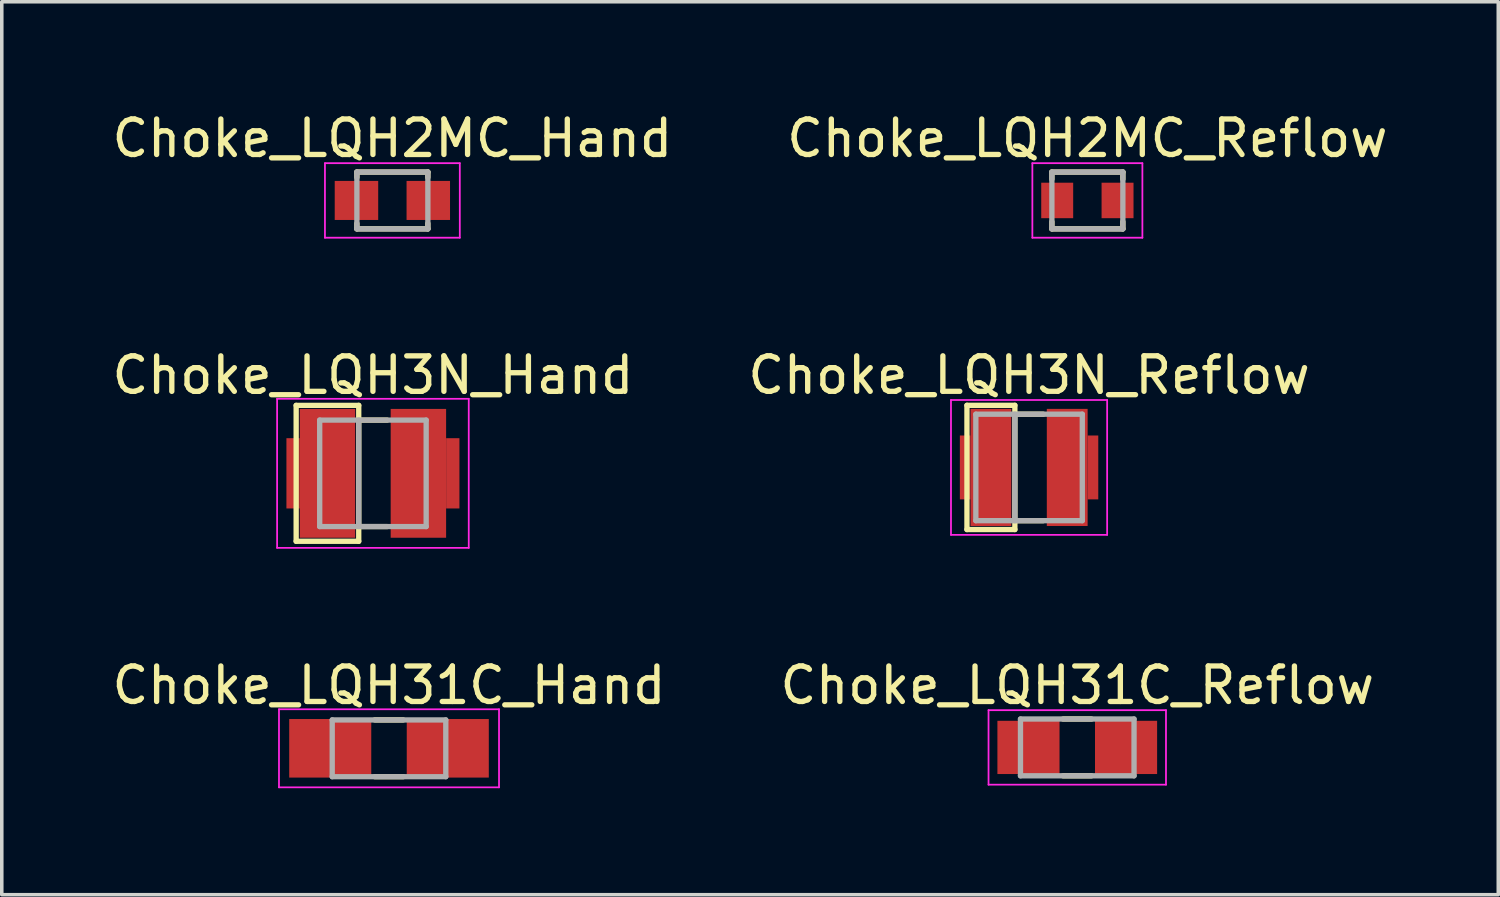
<source format=kicad_pcb>
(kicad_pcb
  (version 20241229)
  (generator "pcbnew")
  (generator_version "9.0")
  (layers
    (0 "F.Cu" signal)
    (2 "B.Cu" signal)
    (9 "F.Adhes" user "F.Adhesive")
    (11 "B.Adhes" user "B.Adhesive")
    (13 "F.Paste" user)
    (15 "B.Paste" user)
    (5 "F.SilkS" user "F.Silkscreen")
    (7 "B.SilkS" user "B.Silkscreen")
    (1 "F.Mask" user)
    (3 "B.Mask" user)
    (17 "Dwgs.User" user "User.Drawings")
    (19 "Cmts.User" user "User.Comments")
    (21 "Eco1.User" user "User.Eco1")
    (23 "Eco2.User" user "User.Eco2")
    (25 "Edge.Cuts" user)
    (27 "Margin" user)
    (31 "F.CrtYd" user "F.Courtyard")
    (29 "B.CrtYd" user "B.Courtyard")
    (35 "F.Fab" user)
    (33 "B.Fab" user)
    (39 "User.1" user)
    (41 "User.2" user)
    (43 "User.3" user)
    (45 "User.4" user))
  (footprint "Choke_LQH2MC_Hand"
    (layer "F.Cu")
    (at 8.006 2.598)
    (property "Reference" "Choke_LQH2MC_Hand" (at 0 -1.75 0) (layer "F.SilkS") (effects (font (size 1 1) (thickness 0.15))))
    (attr smd)
    (fp_line (start -1 -0.8) (end -1 -0.65) (stroke (width 0.15) (type solid)) (layer "F.SilkS"))
    (fp_line (start -1 -0.8) (end 1 -0.8) (stroke (width 0.15) (type solid)) (layer "F.SilkS"))
    (fp_line (start -1 0.65) (end -1 0.8) (stroke (width 0.15) (type solid)) (layer "F.SilkS"))
    (fp_line (start -1 0.8) (end 1 0.8) (stroke (width 0.15) (type solid)) (layer "F.SilkS"))
    (fp_line (start 1 -0.8) (end 1 -0.65) (stroke (width 0.15) (type solid)) (layer "F.SilkS"))
    (fp_line (start 1 0.65) (end 1 0.8) (stroke (width 0.15) (type solid)) (layer "F.SilkS"))
    (fp_line (start -1.9 -1.05) (end -1.9 1.05) (stroke (width 0.05) (type solid)) (layer "F.CrtYd"))
    (fp_line (start -1.9 -1.05) (end 1.9 -1.05) (stroke (width 0.05) (type solid)) (layer "F.CrtYd"))
    (fp_line (start -1.9 1.05) (end 1.9 1.05) (stroke (width 0.05) (type solid)) (layer "F.CrtYd"))
    (fp_line (start 1.9 -1.05) (end 1.9 1.05) (stroke (width 0.05) (type solid)) (layer "F.CrtYd"))
    (fp_line (start -1 -0.8) (end -1 0.8) (stroke (width 0.15) (type solid)) (layer "F.Fab"))
    (fp_line (start -1 -0.8) (end 1 -0.8) (stroke (width 0.15) (type solid)) (layer "F.Fab"))
    (fp_line (start -1 0.8) (end 1 0.8) (stroke (width 0.15) (type solid)) (layer "F.Fab"))
    (fp_line (start 1 -0.8) (end 1 0.8) (stroke (width 0.15) (type solid)) (layer "F.Fab"))
    (pad "1" smd rect (at -1.012 0) (size 1.225 1.1) (layers "F.Cu" "F.Mask" "F.Paste"))
    (pad "2" smd rect (at 1.012 0) (size 1.225 1.1) (layers "F.Cu" "F.Mask" "F.Paste")))
  (footprint "Choke_LQH2MC_Reflow"
    (layer "F.Cu")
    (at 27.589 2.598)
    (property "Reference" "Choke_LQH2MC_Reflow" (at 0 -1.75 0) (layer "F.SilkS") (effects (font (size 1 1) (thickness 0.15))))
    (attr smd)
    (fp_line (start -1 -0.8) (end -1 -0.6) (stroke (width 0.15) (type solid)) (layer "F.SilkS"))
    (fp_line (start -1 -0.8) (end 1 -0.8) (stroke (width 0.15) (type solid)) (layer "F.SilkS"))
    (fp_line (start -1 0.6) (end -1 0.8) (stroke (width 0.15) (type solid)) (layer "F.SilkS"))
    (fp_line (start -1 0.8) (end 1 0.8) (stroke (width 0.15) (type solid)) (layer "F.SilkS"))
    (fp_line (start 1 -0.8) (end 1 -0.6) (stroke (width 0.15) (type solid)) (layer "F.SilkS"))
    (fp_line (start 1 0.6) (end 1 0.8) (stroke (width 0.15) (type solid)) (layer "F.SilkS"))
    (fp_line (start -1.55 -1.05) (end -1.55 1.05) (stroke (width 0.05) (type solid)) (layer "F.CrtYd"))
    (fp_line (start -1.55 -1.05) (end 1.55 -1.05) (stroke (width 0.05) (type solid)) (layer "F.CrtYd"))
    (fp_line (start -1.55 1.05) (end 1.55 1.05) (stroke (width 0.05) (type solid)) (layer "F.CrtYd"))
    (fp_line (start 1.55 -1.05) (end 1.55 1.05) (stroke (width 0.05) (type solid)) (layer "F.CrtYd"))
    (fp_line (start -1 -0.8) (end -1 0.8) (stroke (width 0.15) (type solid)) (layer "F.Fab"))
    (fp_line (start -1 -0.8) (end 1 -0.8) (stroke (width 0.15) (type solid)) (layer "F.Fab"))
    (fp_line (start -1 0.8) (end 1 0.8) (stroke (width 0.15) (type solid)) (layer "F.Fab"))
    (fp_line (start 1 -0.8) (end 1 0.8) (stroke (width 0.15) (type solid)) (layer "F.Fab"))
    (pad "1" smd rect (at -0.85 0) (size 0.9 1) (layers "F.Cu" "F.Mask" "F.Paste"))
    (pad "2" smd rect (at 0.85 0) (size 0.9 1) (layers "F.Cu" "F.Mask" "F.Paste")))
  (footprint "Choke_LQH31C_Hand"
    (layer "F.Cu")
    (at 7.911 18.035)
    (property "Reference" "Choke_LQH31C_Hand" (at 0 -1.775 0) (layer "F.SilkS") (effects (font (size 1 1) (thickness 0.15))))
    (attr smd)
    (fp_line (start -0.4 -0.8) (end 0.4 -0.8) (stroke (width 0.15) (type solid)) (layer "F.SilkS"))
    (fp_line (start -0.4 0.8) (end 0.4 0.8) (stroke (width 0.15) (type solid)) (layer "F.SilkS"))
    (fp_line (start -3.1 -1.1) (end -3.1 1.1) (stroke (width 0.05) (type solid)) (layer "F.CrtYd"))
    (fp_line (start -3.1 -1.1) (end 3.1 -1.1) (stroke (width 0.05) (type solid)) (layer "F.CrtYd"))
    (fp_line (start -3.1 1.1) (end 3.1 1.1) (stroke (width 0.05) (type solid)) (layer "F.CrtYd"))
    (fp_line (start 3.1 -1.1) (end 3.1 1.1) (stroke (width 0.05) (type solid)) (layer "F.CrtYd"))
    (fp_line (start -1.6 -0.8) (end -1.6 0.8) (stroke (width 0.15) (type solid)) (layer "F.Fab"))
    (fp_line (start -1.6 -0.8) (end 1.6 -0.8) (stroke (width 0.15) (type solid)) (layer "F.Fab"))
    (fp_line (start -1.6 0.8) (end 1.6 0.8) (stroke (width 0.15) (type solid)) (layer "F.Fab"))
    (fp_line (start 1.6 -0.8) (end 1.6 0.8) (stroke (width 0.15) (type solid)) (layer "F.Fab"))
    (pad "1" smd rect (at -1.656 0) (size 2.312 1.65) (layers "F.Cu" "F.Mask" "F.Paste"))
    (pad "2" smd rect (at 1.656 0) (size 2.312 1.65) (layers "F.Cu" "F.Mask" "F.Paste")))
  (footprint "Choke_LQH3N_Hand"
    (layer "F.Cu")
    (at 7.458 10.287)
    (property "Reference" "Choke_LQH3N_Hand" (at 0 -2.765 0) (layer "F.SilkS") (effects (font (size 1 1) (thickness 0.15))))
    (attr smd)
    (fp_line (start -2.163 -1.915) (end -0.4 -1.915) (stroke (width 0.15) (type solid)) (layer "F.SilkS"))
    (fp_line (start -2.163 1.915) (end -2.163 -1.915) (stroke (width 0.15) (type solid)) (layer "F.SilkS"))
    (fp_line (start -2.163 1.915) (end -0.4 1.915) (stroke (width 0.15) (type solid)) (layer "F.SilkS"))
    (fp_line (start -0.4 -1.915) (end -0.4 1.915) (stroke (width 0.15) (type solid)) (layer "F.SilkS"))
    (fp_line (start -0.4 -1.5) (end 0.4 -1.5) (stroke (width 0.15) (type solid)) (layer "F.SilkS"))
    (fp_line (start -0.4 1.5) (end 0.4 1.5) (stroke (width 0.15) (type solid)) (layer "F.SilkS"))
    (fp_line (start -2.7 -2.1) (end -2.7 2.1) (stroke (width 0.05) (type solid)) (layer "F.CrtYd"))
    (fp_line (start -2.7 -2.1) (end 2.7 -2.1) (stroke (width 0.05) (type solid)) (layer "F.CrtYd"))
    (fp_line (start -2.7 2.1) (end 2.7 2.1) (stroke (width 0.05) (type solid)) (layer "F.CrtYd"))
    (fp_line (start 2.7 -2.1) (end 2.7 2.1) (stroke (width 0.05) (type solid)) (layer "F.CrtYd"))
    (fp_line (start -1.5 -1.5) (end -1.5 1.5) (stroke (width 0.15) (type solid)) (layer "F.Fab"))
    (fp_line (start -1.5 -1.5) (end 1.5 -1.5) (stroke (width 0.15) (type solid)) (layer "F.Fab"))
    (fp_line (start -1.5 1.5) (end 1.5 1.5) (stroke (width 0.15) (type solid)) (layer "F.Fab"))
    (fp_line (start -0.4 -1.5) (end -0.4 1.5) (stroke (width 0.15) (type solid)) (layer "F.Fab"))
    (fp_line (start 1.5 -1.5) (end 1.5 1.5) (stroke (width 0.15) (type solid)) (layer "F.Fab"))
    (pad "1" smd rect (at -2.25 0) (size 0.375 1.98) (layers "F.Cu" "F.Mask" "F.Paste"))
    (pad "1" smd rect (at -1.281 0) (size 1.562 3.63) (layers "F.Cu" "F.Mask" "F.Paste"))
    (pad "2" smd rect (at 1.281 0) (size 1.562 3.63) (layers "F.Cu" "F.Mask" "F.Paste"))
    (pad "2" smd rect (at 2.25 0) (size 0.375 1.98) (layers "F.Cu" "F.Mask" "F.Paste")))
  (footprint "Choke_LQH3N_Reflow"
    (layer "F.Cu")
    (at 25.946 10.121)
    (property "Reference" "Choke_LQH3N_Reflow" (at 0 -2.6 0) (layer "F.SilkS") (effects (font (size 1 1) (thickness 0.15))))
    (attr smd)
    (fp_line (start -1.75 -1.75) (end -0.4 -1.75) (stroke (width 0.15) (type solid)) (layer "F.SilkS"))
    (fp_line (start -1.75 1.75) (end -1.75 -1.75) (stroke (width 0.15) (type solid)) (layer "F.SilkS"))
    (fp_line (start -1.75 1.75) (end -0.4 1.75) (stroke (width 0.15) (type solid)) (layer "F.SilkS"))
    (fp_line (start -0.4 -1.75) (end -0.4 1.75) (stroke (width 0.15) (type solid)) (layer "F.SilkS"))
    (fp_line (start -0.4 -1.5) (end 0.4 -1.5) (stroke (width 0.15) (type solid)) (layer "F.SilkS"))
    (fp_line (start -0.4 1.5) (end 0.4 1.5) (stroke (width 0.15) (type solid)) (layer "F.SilkS"))
    (fp_line (start -2.2 -1.9) (end -2.2 1.9) (stroke (width 0.05) (type solid)) (layer "F.CrtYd"))
    (fp_line (start -2.2 -1.9) (end 2.2 -1.9) (stroke (width 0.05) (type solid)) (layer "F.CrtYd"))
    (fp_line (start -2.2 1.9) (end 2.2 1.9) (stroke (width 0.05) (type solid)) (layer "F.CrtYd"))
    (fp_line (start 2.2 -1.9) (end 2.2 1.9) (stroke (width 0.05) (type solid)) (layer "F.CrtYd"))
    (fp_line (start -1.5 -1.5) (end -1.5 1.5) (stroke (width 0.15) (type solid)) (layer "F.Fab"))
    (fp_line (start -1.5 -1.5) (end 1.5 -1.5) (stroke (width 0.15) (type solid)) (layer "F.Fab"))
    (fp_line (start -1.5 1.5) (end 1.5 1.5) (stroke (width 0.15) (type solid)) (layer "F.Fab"))
    (fp_line (start -0.4 -1.5) (end -0.4 1.5) (stroke (width 0.15) (type solid)) (layer "F.Fab"))
    (fp_line (start 1.5 -1.5) (end 1.5 1.5) (stroke (width 0.15) (type solid)) (layer "F.Fab"))
    (pad "1" smd rect (at -1.8 0) (size 0.3 1.8) (layers "F.Cu" "F.Mask" "F.Paste"))
    (pad "1" smd rect (at -1.075 0) (size 1.15 3.3) (layers "F.Cu" "F.Mask" "F.Paste"))
    (pad "2" smd rect (at 1.075 0) (size 1.15 3.3) (layers "F.Cu" "F.Mask" "F.Paste"))
    (pad "2" smd rect (at 1.8 0) (size 0.3 1.8) (layers "F.Cu" "F.Mask" "F.Paste")))
  (footprint "Choke_LQH31C_Reflow"
    (layer "F.Cu")
    (at 27.304 18.01)
    (property "Reference" "Choke_LQH31C_Reflow" (at 0 -1.75 0) (layer "F.SilkS") (effects (font (size 1 1) (thickness 0.15))))
    (attr smd)
    (fp_line (start -0.4 -0.8) (end 0.4 -0.8) (stroke (width 0.15) (type solid)) (layer "F.SilkS"))
    (fp_line (start -0.4 0.8) (end 0.4 0.8) (stroke (width 0.15) (type solid)) (layer "F.SilkS"))
    (fp_line (start -2.5 -1.05) (end -2.5 1.05) (stroke (width 0.05) (type solid)) (layer "F.CrtYd"))
    (fp_line (start -2.5 -1.05) (end 2.5 -1.05) (stroke (width 0.05) (type solid)) (layer "F.CrtYd"))
    (fp_line (start -2.5 1.05) (end 2.5 1.05) (stroke (width 0.05) (type solid)) (layer "F.CrtYd"))
    (fp_line (start 2.5 -1.05) (end 2.5 1.05) (stroke (width 0.05) (type solid)) (layer "F.CrtYd"))
    (fp_line (start -1.6 -0.8) (end -1.6 0.8) (stroke (width 0.15) (type solid)) (layer "F.Fab"))
    (fp_line (start -1.6 -0.8) (end 1.6 -0.8) (stroke (width 0.15) (type solid)) (layer "F.Fab"))
    (fp_line (start -1.6 0.8) (end 1.6 0.8) (stroke (width 0.15) (type solid)) (layer "F.Fab"))
    (fp_line (start 1.6 -0.8) (end 1.6 0.8) (stroke (width 0.15) (type solid)) (layer "F.Fab"))
    (pad "1" smd rect (at -1.375 0) (size 1.75 1.5) (layers "F.Cu" "F.Mask" "F.Paste"))
    (pad "2" smd rect (at 1.375 0) (size 1.75 1.5) (layers "F.Cu" "F.Mask" "F.Paste")))
  (gr_rect
    (start -3 -3)
    (end 39.167 22.16)
    (stroke (width 0.1) (type default))
    (fill no)
    (layer "Edge.Cuts")))
</source>
